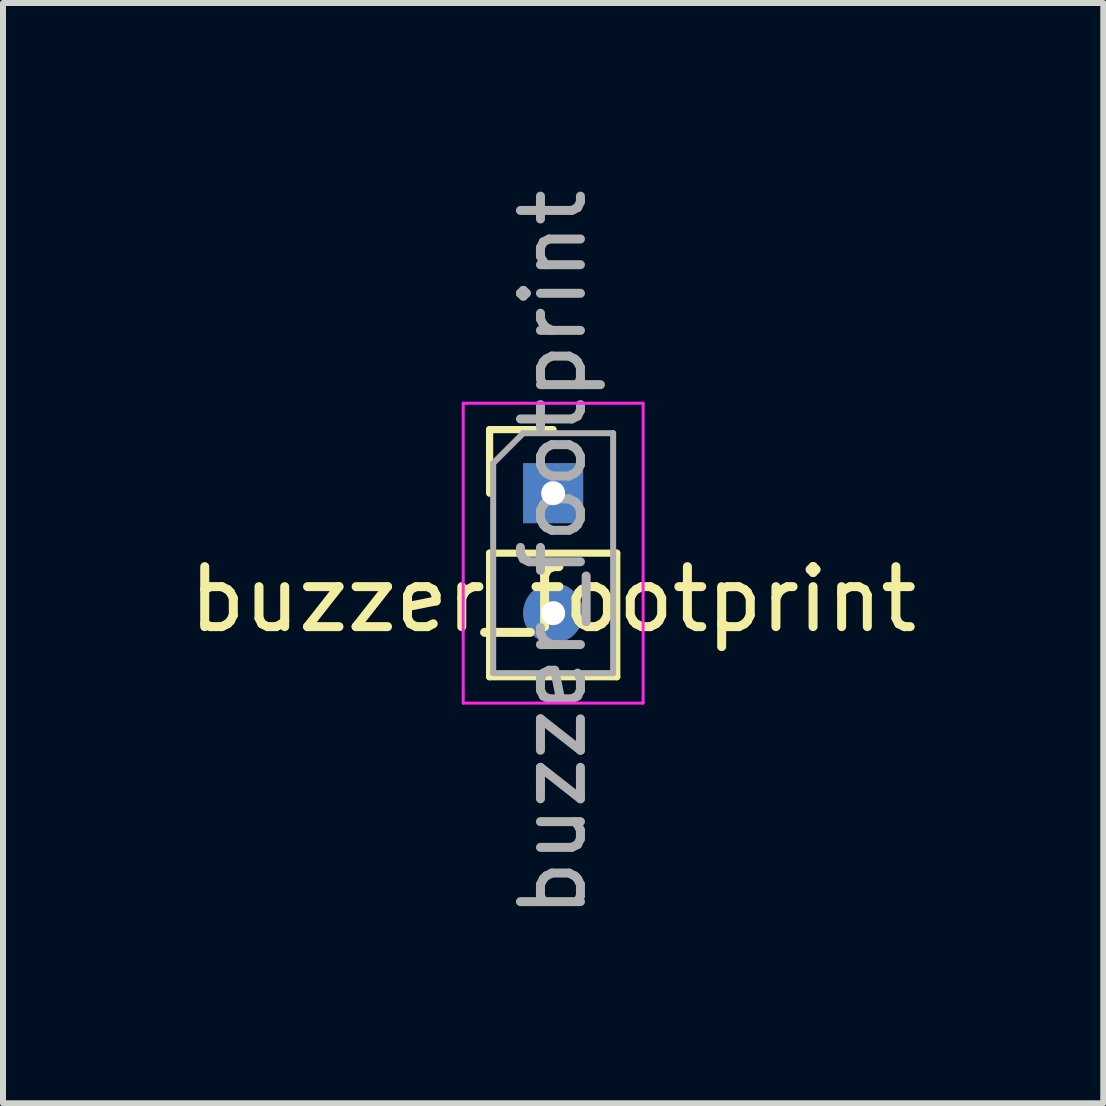
<source format=kicad_pcb>
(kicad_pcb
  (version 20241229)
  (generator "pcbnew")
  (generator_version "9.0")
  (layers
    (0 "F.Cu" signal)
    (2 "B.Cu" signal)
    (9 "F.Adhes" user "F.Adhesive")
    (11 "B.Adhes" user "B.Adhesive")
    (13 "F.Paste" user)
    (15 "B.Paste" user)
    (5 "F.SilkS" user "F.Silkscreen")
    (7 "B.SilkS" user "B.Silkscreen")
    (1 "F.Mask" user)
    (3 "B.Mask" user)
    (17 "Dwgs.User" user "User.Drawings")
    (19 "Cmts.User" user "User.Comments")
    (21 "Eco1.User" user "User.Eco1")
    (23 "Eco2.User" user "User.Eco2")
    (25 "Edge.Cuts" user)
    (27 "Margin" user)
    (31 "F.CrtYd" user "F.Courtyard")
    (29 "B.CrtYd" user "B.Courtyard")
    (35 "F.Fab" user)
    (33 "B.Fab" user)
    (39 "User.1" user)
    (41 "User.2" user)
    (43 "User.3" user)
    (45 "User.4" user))
  (footprint "buzzer_footprint"
    (layer "F.Cu")
    (at 6.173 6.443)
    (property "Reference" "buzzer_footprint" (at 0 0.5 0) (layer "F.SilkS") (effects (font (size 1 1) (thickness 0.15))))
    (attr through_hole)
    (fp_line (start -1.06 -2.33) (end 0 -2.33) (stroke (width 0.12) (type solid)) (layer "F.SilkS"))
    (fp_line (start -1.06 -1.27) (end -1.06 -2.33) (stroke (width 0.12) (type solid)) (layer "F.SilkS"))
    (fp_line (start -1.06 -0.27) (end -1.06 1.79) (stroke (width 0.12) (type solid)) (layer "F.SilkS"))
    (fp_line (start -1.06 -0.27) (end 1.06 -0.27) (stroke (width 0.12) (type solid)) (layer "F.SilkS"))
    (fp_line (start -1.06 1.79) (end 1.06 1.79) (stroke (width 0.12) (type solid)) (layer "F.SilkS"))
    (fp_line (start 1.06 -0.27) (end 1.06 1.79) (stroke (width 0.12) (type solid)) (layer "F.SilkS"))
    (fp_line (start -1.5 -2.77) (end -1.5 2.23) (stroke (width 0.05) (type solid)) (layer "F.CrtYd"))
    (fp_line (start -1.5 2.23) (end 1.5 2.23) (stroke (width 0.05) (type solid)) (layer "F.CrtYd"))
    (fp_line (start 1.5 -2.77) (end -1.5 -2.77) (stroke (width 0.05) (type solid)) (layer "F.CrtYd"))
    (fp_line (start 1.5 2.23) (end 1.5 -2.77) (stroke (width 0.05) (type solid)) (layer "F.CrtYd"))
    (fp_line (start -1 -1.77) (end -0.5 -2.27) (stroke (width 0.1) (type solid)) (layer "F.Fab"))
    (fp_line (start -1 1.73) (end -1 -1.77) (stroke (width 0.1) (type solid)) (layer "F.Fab"))
    (fp_line (start -0.5 -2.27) (end 1 -2.27) (stroke (width 0.1) (type solid)) (layer "F.Fab"))
    (fp_line (start 1 -2.27) (end 1 1.73) (stroke (width 0.1) (type solid)) (layer "F.Fab"))
    (fp_line (start 1 1.73) (end -1 1.73) (stroke (width 0.1) (type solid)) (layer "F.Fab"))
    (fp_text user "${REFERENCE}" (at 0 -0.27 90) (layer "F.Fab") (effects (font (size 1 1) (thickness 0.15))))
    (pad "1" thru_hole rect (at 0 -1.27) (size 1 1) (drill 0.4) (layers "*.Cu" "*.Mask"))
    (pad "2" thru_hole oval (at 0 0.73) (size 1 1) (drill 0.4) (layers "*.Cu" "*.Mask")))
  (gr_rect
    (start -3 -3)
    (end 15.345 15.345)
    (stroke (width 0.1) (type default))
    (fill no)
    (layer "Edge.Cuts")))
</source>
